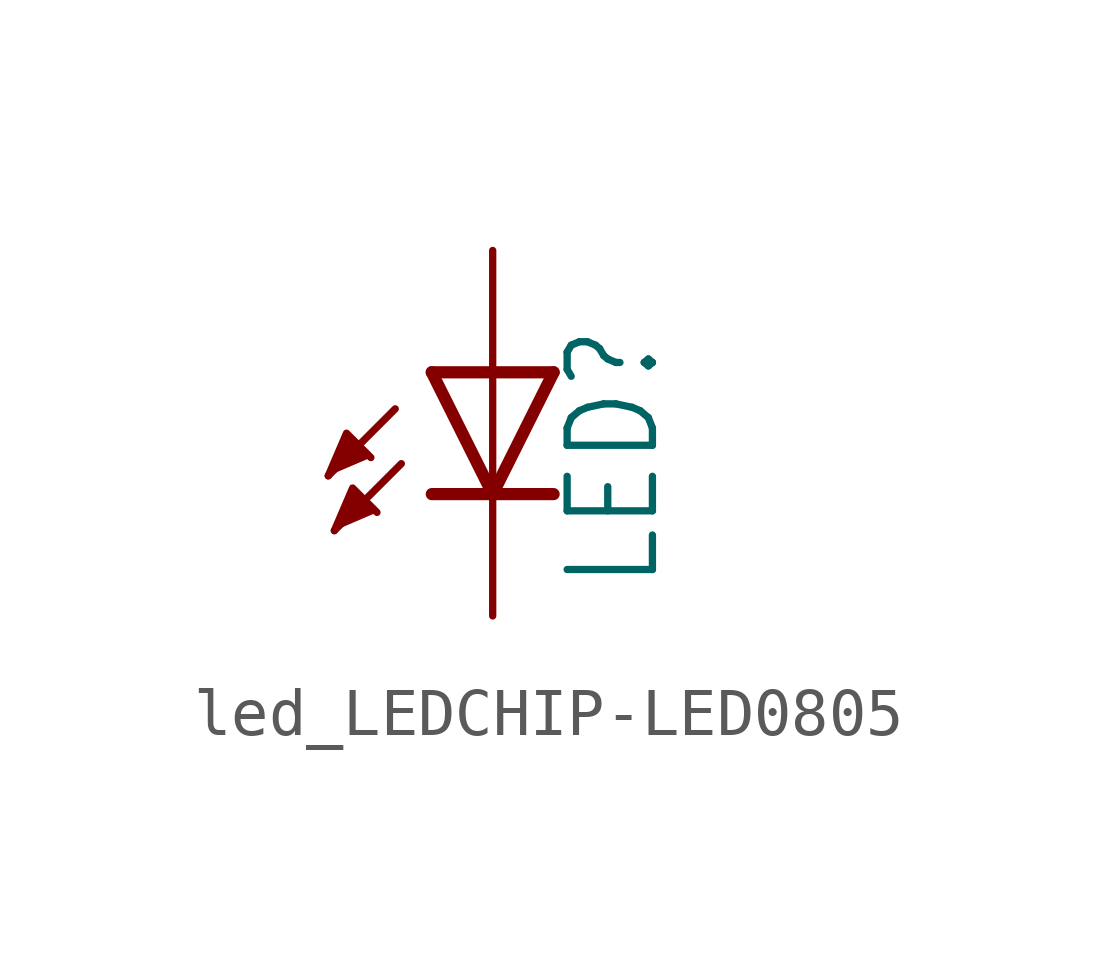
<source format=kicad_sym>
(kicad_symbol_lib
  (version 20231120)
  (generator "kicad_symbol_editor")
  (generator_version "8.0")
  (symbol "led_LEDCHIP-LED0805"
    (property "Reference" "LED"
      (at 3.556 -4.572 90)
      (effects (font (size 1.778 1.511)) (justify left bottom)))
    (property "Value" ""
      (at 5.715 -4.572 90)
      (effects (font (size 1.778 1.511)) (justify left bottom)))
    (property "ki_locked" ""
      (at 0 0 0)
      (effects (font (size 1.27 1.27))))
    (symbol "led_LEDCHIP-LED0805_1_0"
      (polyline (pts (xy -2.032 -0.762) (xy -3.429 -2.159)) (stroke (width 0.152) (type solid)) (fill (type none)))
      (polyline (pts (xy -1.905 -1.905) (xy -3.302 -3.302)) (stroke (width 0.152) (type solid)) (fill (type none)))
      (polyline (pts (xy 0 -2.54) (xy -1.27 -2.54)) (stroke (width 0.254) (type solid)) (fill (type none)))
      (polyline (pts (xy 0 -2.54) (xy -1.27 0)) (stroke (width 0.254) (type solid)) (fill (type none)))
      (polyline (pts (xy 0 0) (xy -1.27 0)) (stroke (width 0.254) (type solid)) (fill (type none)))
      (polyline (pts (xy 0 0) (xy 0 -2.54)) (stroke (width 0.152) (type solid)) (fill (type none)))
      (polyline (pts (xy 1.27 -2.54) (xy 0 -2.54)) (stroke (width 0.254) (type solid)) (fill (type none)))
      (polyline (pts (xy 1.27 0) (xy 0 -2.54)) (stroke (width 0.254) (type solid)) (fill (type none)))
      (polyline (pts (xy 1.27 0) (xy 0 0)) (stroke (width 0.254) (type solid)) (fill (type none)))
      (polyline (pts (xy -3.429 -2.159) (xy -3.048 -1.27) (xy -2.54 -1.778)) (stroke (width 0.152) (type solid)) (fill (type outline)))
      (polyline (pts (xy -3.302 -3.302) (xy -2.921 -2.413) (xy -2.413 -2.921)) (stroke (width 0.152) (type solid)) (fill (type outline)))
      (pin passive line (at 0 2.54 270) (length 2.54) (name "A" (effects (font (size 0 0)))) (number "A" (effects (font (size 0 0)))))
      (pin passive line (at 0 -5.08 90) (length 2.54) (name "C" (effects (font (size 0 0)))) (number "C" (effects (font (size 0 0))))))))
</source>
